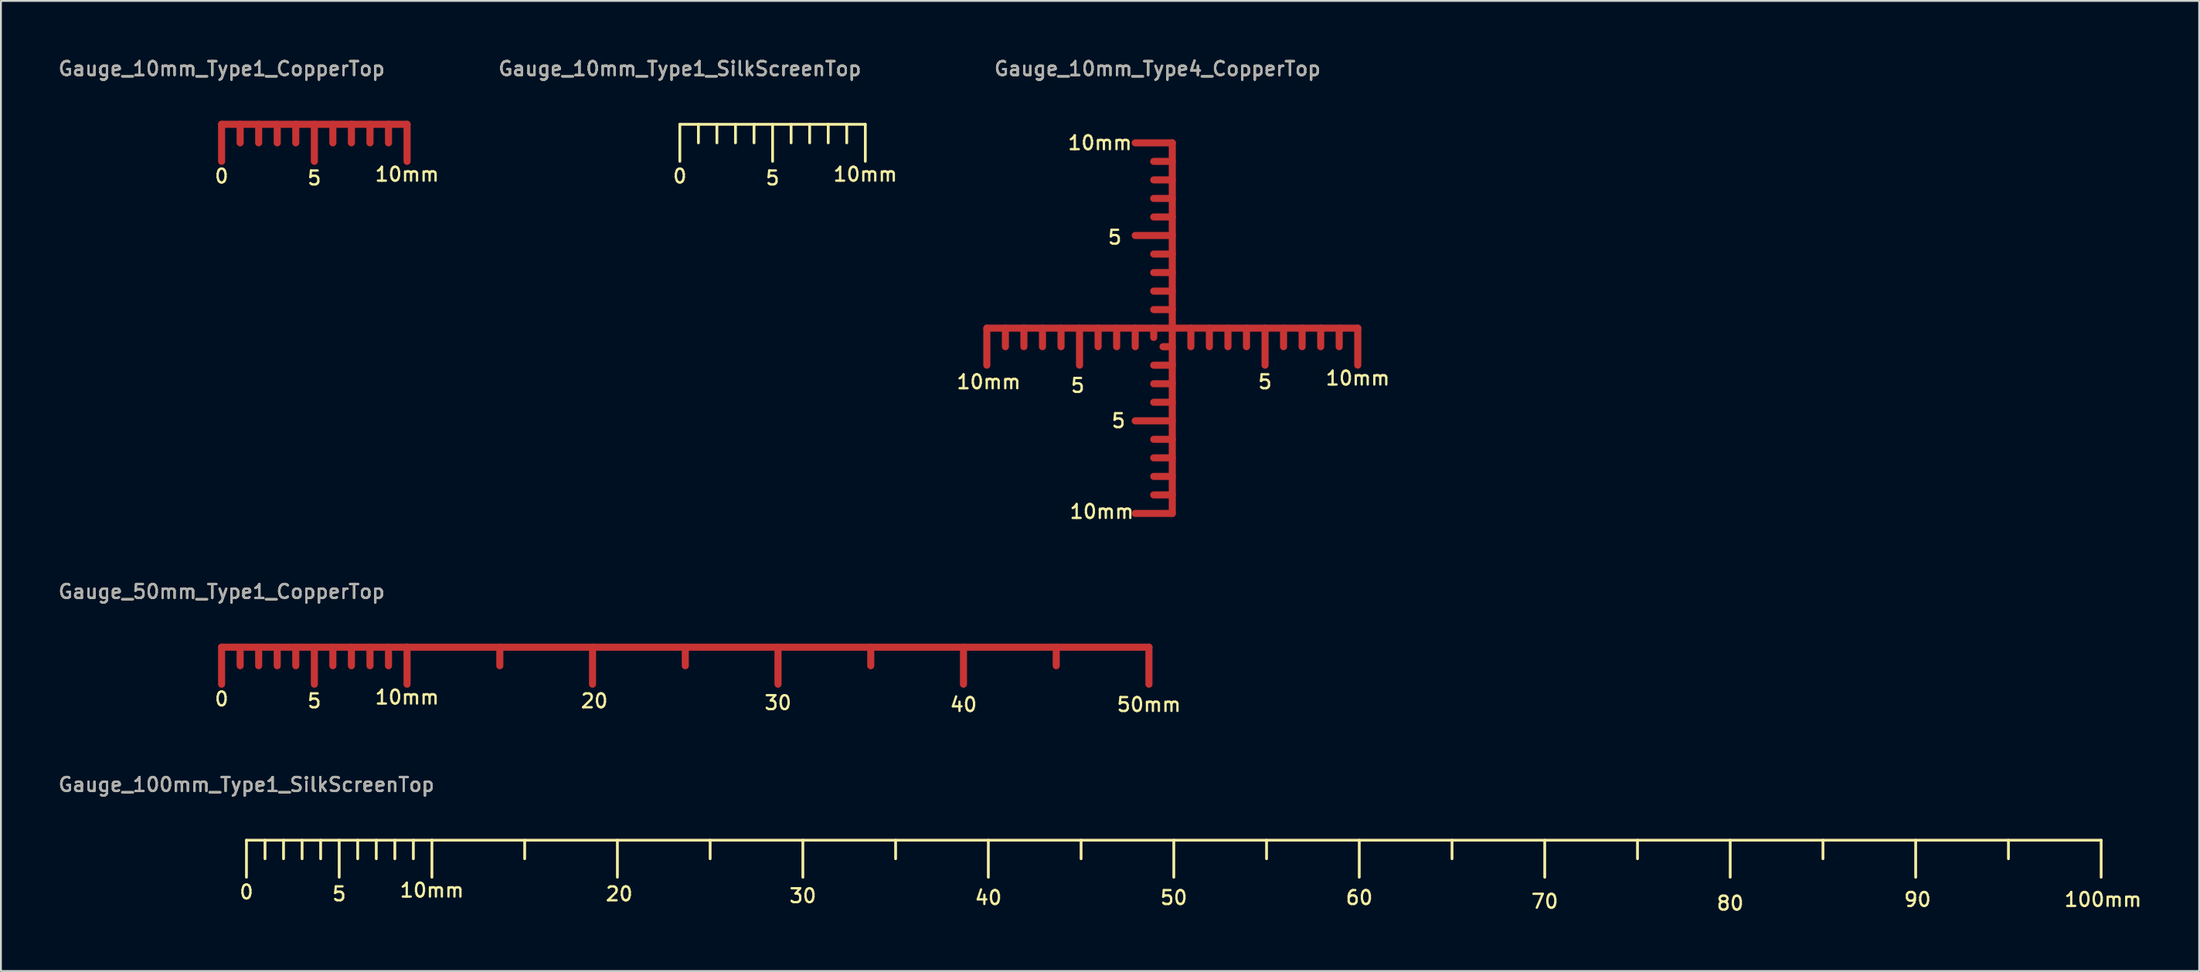
<source format=kicad_pcb>
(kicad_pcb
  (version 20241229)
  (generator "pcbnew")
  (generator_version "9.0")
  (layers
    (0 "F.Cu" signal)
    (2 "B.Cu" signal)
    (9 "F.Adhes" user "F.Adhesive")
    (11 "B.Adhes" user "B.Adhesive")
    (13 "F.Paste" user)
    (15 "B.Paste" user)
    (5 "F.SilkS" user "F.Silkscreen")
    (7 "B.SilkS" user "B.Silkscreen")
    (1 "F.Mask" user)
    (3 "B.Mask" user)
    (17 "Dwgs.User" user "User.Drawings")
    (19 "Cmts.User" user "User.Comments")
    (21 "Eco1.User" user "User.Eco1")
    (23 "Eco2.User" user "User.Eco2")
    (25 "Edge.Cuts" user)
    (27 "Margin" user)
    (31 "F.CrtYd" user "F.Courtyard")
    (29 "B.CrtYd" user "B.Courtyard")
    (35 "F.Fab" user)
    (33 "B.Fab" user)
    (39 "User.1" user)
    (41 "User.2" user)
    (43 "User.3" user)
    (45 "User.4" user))
  (footprint "Gauge_50mm_Type1_CopperTop"
    (layer "F.Cu")
    (at 8.898 31.876)
    (property "Reference" "Gauge_50mm_Type1_CopperTop" (at 0 -3 0) (layer "F.SilkS") (effects (font (size 0.75 0.75) (thickness 0.125))))
    (attr exclude_from_pos_files exclude_from_bom)
    (fp_line (start 0 0) (end 0 1.999) (stroke (width 0.381) (type solid)) (layer "F.Cu"))
    (fp_line (start 0 0) (end 10 0) (stroke (width 0.381) (type solid)) (layer "F.Cu"))
    (fp_line (start 1.001 0) (end 1.001 1.001) (stroke (width 0.381) (type solid)) (layer "F.Cu"))
    (fp_line (start 1.999 0) (end 1.999 1.001) (stroke (width 0.381) (type solid)) (layer "F.Cu"))
    (fp_line (start 3 0) (end 3 1.001) (stroke (width 0.381) (type solid)) (layer "F.Cu"))
    (fp_line (start 4 0) (end 4 1.001) (stroke (width 0.381) (type solid)) (layer "F.Cu"))
    (fp_line (start 5.001 0) (end 5.001 1.999) (stroke (width 0.381) (type solid)) (layer "F.Cu"))
    (fp_line (start 5.999 0) (end 5.999 1.001) (stroke (width 0.381) (type solid)) (layer "F.Cu"))
    (fp_line (start 7 0) (end 7 1.001) (stroke (width 0.381) (type solid)) (layer "F.Cu"))
    (fp_line (start 8.001 0) (end 8.001 1.001) (stroke (width 0.381) (type solid)) (layer "F.Cu"))
    (fp_line (start 8.999 0) (end 8.999 1.001) (stroke (width 0.381) (type solid)) (layer "F.Cu"))
    (fp_line (start 10 0) (end 10 1.999) (stroke (width 0.381) (type solid)) (layer "F.Cu"))
    (fp_line (start 10 0) (end 50 0) (stroke (width 0.381) (type solid)) (layer "F.Cu"))
    (fp_line (start 15.001 0) (end 15.001 1.001) (stroke (width 0.381) (type solid)) (layer "F.Cu"))
    (fp_line (start 20 0) (end 20 1.999) (stroke (width 0.381) (type solid)) (layer "F.Cu"))
    (fp_line (start 25.001 0) (end 25.001 1.001) (stroke (width 0.381) (type solid)) (layer "F.Cu"))
    (fp_line (start 30 0) (end 30 1.999) (stroke (width 0.381) (type solid)) (layer "F.Cu"))
    (fp_line (start 35.001 0) (end 35.001 1.001) (stroke (width 0.381) (type solid)) (layer "F.Cu"))
    (fp_line (start 40 0) (end 40 1.999) (stroke (width 0.381) (type solid)) (layer "F.Cu"))
    (fp_line (start 45.001 0) (end 45.001 1.001) (stroke (width 0.381) (type solid)) (layer "F.Cu"))
    (fp_line (start 50 0) (end 50 1.999) (stroke (width 0.381) (type solid)) (layer "F.Cu"))
    (fp_text user "5" (at 4.999 2.901 0) (layer "F.SilkS") (effects (font (size 0.75 0.75) (thickness 0.125))))
    (fp_text user "50mm" (at 50 3.101 0) (layer "F.SilkS") (effects (font (size 0.75 0.75) (thickness 0.125))))
    (fp_text user "40" (at 40 3.101 0) (layer "F.SilkS") (effects (font (size 0.75 0.75) (thickness 0.125))))
    (fp_text user "0" (at 0 2.799 0) (layer "F.SilkS") (effects (font (size 0.75 0.75) (thickness 0.125))))
    (fp_text user "30" (at 30 3 0) (layer "F.SilkS") (effects (font (size 0.75 0.75) (thickness 0.125))))
    (fp_text user "10mm" (at 10 2.7 0) (layer "F.SilkS") (effects (font (size 0.75 0.75) (thickness 0.125))))
    (fp_text user "20" (at 20.099 2.901 0) (layer "F.SilkS") (effects (font (size 0.75 0.75) (thickness 0.125))))
    (fp_text user "${REFERENCE}" (at 0 -3 0) (layer "F.Fab") (effects (font (size 0.75 0.75) (thickness 0.125)))))
  (footprint "Gauge_100mm_Type1_SilkScreenTop"
    (layer "F.Cu")
    (at 10.238 42.293)
    (property "Reference" "Gauge_100mm_Type1_SilkScreenTop" (at 0 -3 0) (layer "F.SilkS") (effects (font (size 0.75 0.75) (thickness 0.125))))
    (attr exclude_from_pos_files exclude_from_bom)
    (fp_line (start 0 0) (end 0 1.999) (stroke (width 0.15) (type solid)) (layer "F.SilkS"))
    (fp_line (start 0 0) (end 10 0) (stroke (width 0.15) (type solid)) (layer "F.SilkS"))
    (fp_line (start 1.001 0) (end 1.001 1.001) (stroke (width 0.15) (type solid)) (layer "F.SilkS"))
    (fp_line (start 1.999 0) (end 1.999 1.001) (stroke (width 0.15) (type solid)) (layer "F.SilkS"))
    (fp_line (start 3 0) (end 3 1.001) (stroke (width 0.15) (type solid)) (layer "F.SilkS"))
    (fp_line (start 4 0) (end 4 1.001) (stroke (width 0.15) (type solid)) (layer "F.SilkS"))
    (fp_line (start 5.001 0) (end 5.001 1.999) (stroke (width 0.15) (type solid)) (layer "F.SilkS"))
    (fp_line (start 5.999 0) (end 5.999 1.001) (stroke (width 0.15) (type solid)) (layer "F.SilkS"))
    (fp_line (start 7 0) (end 7 1.001) (stroke (width 0.15) (type solid)) (layer "F.SilkS"))
    (fp_line (start 8.001 0) (end 8.001 1.001) (stroke (width 0.15) (type solid)) (layer "F.SilkS"))
    (fp_line (start 8.999 0) (end 8.999 1.001) (stroke (width 0.15) (type solid)) (layer "F.SilkS"))
    (fp_line (start 10 0) (end 10 1.999) (stroke (width 0.15) (type solid)) (layer "F.SilkS"))
    (fp_line (start 10 0) (end 100 0) (stroke (width 0.15) (type solid)) (layer "F.SilkS"))
    (fp_line (start 15.001 0) (end 15.001 1.001) (stroke (width 0.15) (type solid)) (layer "F.SilkS"))
    (fp_line (start 20 0) (end 20 1.999) (stroke (width 0.15) (type solid)) (layer "F.SilkS"))
    (fp_line (start 25.001 0) (end 25.001 1.001) (stroke (width 0.15) (type solid)) (layer "F.SilkS"))
    (fp_line (start 30 0) (end 30 1.999) (stroke (width 0.15) (type solid)) (layer "F.SilkS"))
    (fp_line (start 35.001 0) (end 35.001 1.001) (stroke (width 0.15) (type solid)) (layer "F.SilkS"))
    (fp_line (start 40 0) (end 40 1.999) (stroke (width 0.15) (type solid)) (layer "F.SilkS"))
    (fp_line (start 45.001 0) (end 45.001 1.001) (stroke (width 0.15) (type solid)) (layer "F.SilkS"))
    (fp_line (start 50 0) (end 50 1.999) (stroke (width 0.15) (type solid)) (layer "F.SilkS"))
    (fp_line (start 55.001 0) (end 55.001 1.001) (stroke (width 0.15) (type solid)) (layer "F.SilkS"))
    (fp_line (start 60 0) (end 60 1.999) (stroke (width 0.15) (type solid)) (layer "F.SilkS"))
    (fp_line (start 65.001 0) (end 65.001 1.001) (stroke (width 0.15) (type solid)) (layer "F.SilkS"))
    (fp_line (start 70 0) (end 70 1.999) (stroke (width 0.15) (type solid)) (layer "F.SilkS"))
    (fp_line (start 75.001 0) (end 75.001 1.001) (stroke (width 0.15) (type solid)) (layer "F.SilkS"))
    (fp_line (start 80 0) (end 80 1.999) (stroke (width 0.15) (type solid)) (layer "F.SilkS"))
    (fp_line (start 85.001 0) (end 85.001 1.001) (stroke (width 0.15) (type solid)) (layer "F.SilkS"))
    (fp_line (start 90 0) (end 90 1.999) (stroke (width 0.15) (type solid)) (layer "F.SilkS"))
    (fp_line (start 95.001 0) (end 95.001 1.001) (stroke (width 0.15) (type solid)) (layer "F.SilkS"))
    (fp_line (start 100 0) (end 100 1.999) (stroke (width 0.15) (type solid)) (layer "F.SilkS"))
    (fp_text user "0" (at 0 2.799 0) (layer "F.SilkS") (effects (font (size 0.75 0.75) (thickness 0.125))))
    (fp_text user "60" (at 60 3.101 0) (layer "F.SilkS") (effects (font (size 0.75 0.75) (thickness 0.125))))
    (fp_text user "100mm" (at 100.101 3.203 0) (layer "F.SilkS") (effects (font (size 0.75 0.75) (thickness 0.125))))
    (fp_text user "70" (at 70 3.302 0) (layer "F.SilkS") (effects (font (size 0.75 0.75) (thickness 0.125))))
    (fp_text user "30" (at 30 3 0) (layer "F.SilkS") (effects (font (size 0.75 0.75) (thickness 0.125))))
    (fp_text user "40" (at 40 3.101 0) (layer "F.SilkS") (effects (font (size 0.75 0.75) (thickness 0.125))))
    (fp_text user "10mm" (at 10 2.7 0) (layer "F.SilkS") (effects (font (size 0.75 0.75) (thickness 0.125))))
    (fp_text user "20" (at 20.099 2.901 0) (layer "F.SilkS") (effects (font (size 0.75 0.75) (thickness 0.125))))
    (fp_text user "50" (at 50 3.101 0) (layer "F.SilkS") (effects (font (size 0.75 0.75) (thickness 0.125))))
    (fp_text user "90" (at 90.101 3.203 0) (layer "F.SilkS") (effects (font (size 0.75 0.75) (thickness 0.125))))
    (fp_text user "80" (at 80 3.401 0) (layer "F.SilkS") (effects (font (size 0.75 0.75) (thickness 0.125))))
    (fp_text user "5" (at 4.999 2.901 0) (layer "F.SilkS") (effects (font (size 0.75 0.75) (thickness 0.125))))
    (fp_text user "${REFERENCE}" (at 0 -3 0) (layer "F.Fab") (effects (font (size 0.75 0.75) (thickness 0.125)))))
  (footprint "Gauge_10mm_Type1_SilkScreenTop"
    (layer "F.Cu")
    (at 33.605 3.658)
    (property "Reference" "Gauge_10mm_Type1_SilkScreenTop" (at 0 -3 0) (layer "F.SilkS") (effects (font (size 0.75 0.75) (thickness 0.125))))
    (attr exclude_from_pos_files exclude_from_bom)
    (fp_line (start 0 0) (end 0 1.999) (stroke (width 0.15) (type solid)) (layer "F.SilkS"))
    (fp_line (start 0 0) (end 10 0) (stroke (width 0.15) (type solid)) (layer "F.SilkS"))
    (fp_line (start 1.001 0) (end 1.001 1.001) (stroke (width 0.15) (type solid)) (layer "F.SilkS"))
    (fp_line (start 1.999 0) (end 1.999 1.001) (stroke (width 0.15) (type solid)) (layer "F.SilkS"))
    (fp_line (start 3 0) (end 3 1.001) (stroke (width 0.15) (type solid)) (layer "F.SilkS"))
    (fp_line (start 4 0) (end 4 1.001) (stroke (width 0.15) (type solid)) (layer "F.SilkS"))
    (fp_line (start 5.001 0) (end 5.001 1.999) (stroke (width 0.15) (type solid)) (layer "F.SilkS"))
    (fp_line (start 5.999 0) (end 5.999 1.001) (stroke (width 0.15) (type solid)) (layer "F.SilkS"))
    (fp_line (start 7 0) (end 7 1.001) (stroke (width 0.15) (type solid)) (layer "F.SilkS"))
    (fp_line (start 8.001 0) (end 8.001 1.001) (stroke (width 0.15) (type solid)) (layer "F.SilkS"))
    (fp_line (start 8.999 0) (end 8.999 1.001) (stroke (width 0.15) (type solid)) (layer "F.SilkS"))
    (fp_line (start 10 0) (end 10 1.999) (stroke (width 0.15) (type solid)) (layer "F.SilkS"))
    (fp_text user "5" (at 4.999 2.901 0) (layer "F.SilkS") (effects (font (size 0.75 0.75) (thickness 0.125))))
    (fp_text user "10mm" (at 10 2.7 0) (layer "F.SilkS") (effects (font (size 0.75 0.75) (thickness 0.125))))
    (fp_text user "0" (at 0 2.799 0) (layer "F.SilkS") (effects (font (size 0.75 0.75) (thickness 0.125))))
    (fp_text user "${REFERENCE}" (at 0 -3 0) (layer "F.Fab") (effects (font (size 0.75 0.75) (thickness 0.125)))))
  (footprint "Gauge_10mm_Type4_CopperTop"
    (layer "F.Cu")
    (at 60.157 14.659)
    (property "Reference" "Gauge_10mm_Type4_CopperTop" (at -0.8 -14 0) (layer "F.SilkS") (effects (font (size 0.75 0.75) (thickness 0.125))))
    (attr exclude_from_pos_files exclude_from_bom)
    (fp_line (start -10 0) (end -10 1.999) (stroke (width 0.381) (type solid)) (layer "F.Cu"))
    (fp_line (start -8.999 0) (end -8.999 1.001) (stroke (width 0.381) (type solid)) (layer "F.Cu"))
    (fp_line (start -8.001 0) (end -8.001 1.001) (stroke (width 0.381) (type solid)) (layer "F.Cu"))
    (fp_line (start -7 0) (end -7 1.001) (stroke (width 0.381) (type solid)) (layer "F.Cu"))
    (fp_line (start -5.999 0) (end -5.999 1.001) (stroke (width 0.381) (type solid)) (layer "F.Cu"))
    (fp_line (start -5.001 0) (end -5.001 1.999) (stroke (width 0.381) (type solid)) (layer "F.Cu"))
    (fp_line (start -4 0) (end -4 1.001) (stroke (width 0.381) (type solid)) (layer "F.Cu"))
    (fp_line (start -3 0) (end -3 1.001) (stroke (width 0.381) (type solid)) (layer "F.Cu"))
    (fp_line (start -1.999 0) (end -1.999 1.001) (stroke (width 0.381) (type solid)) (layer "F.Cu"))
    (fp_line (start -1.001 0) (end -1.001 0.5) (stroke (width 0.381) (type solid)) (layer "F.Cu"))
    (fp_line (start 0 -10) (end -1.999 -10) (stroke (width 0.381) (type solid)) (layer "F.Cu"))
    (fp_line (start 0 -8.999) (end -1.001 -8.999) (stroke (width 0.381) (type solid)) (layer "F.Cu"))
    (fp_line (start 0 -8.001) (end -1.001 -8.001) (stroke (width 0.381) (type solid)) (layer "F.Cu"))
    (fp_line (start 0 -7) (end -1.001 -7) (stroke (width 0.381) (type solid)) (layer "F.Cu"))
    (fp_line (start 0 -5.999) (end -1.001 -5.999) (stroke (width 0.381) (type solid)) (layer "F.Cu"))
    (fp_line (start 0 -5.001) (end -1.999 -5.001) (stroke (width 0.381) (type solid)) (layer "F.Cu"))
    (fp_line (start 0 -4) (end -1.001 -4) (stroke (width 0.381) (type solid)) (layer "F.Cu"))
    (fp_line (start 0 -3) (end -1.001 -3) (stroke (width 0.381) (type solid)) (layer "F.Cu"))
    (fp_line (start 0 -1.999) (end -1.001 -1.999) (stroke (width 0.381) (type solid)) (layer "F.Cu"))
    (fp_line (start 0 -1.001) (end -1.001 -1.001) (stroke (width 0.381) (type solid)) (layer "F.Cu"))
    (fp_line (start 0 0) (end -10 0) (stroke (width 0.381) (type solid)) (layer "F.Cu"))
    (fp_line (start 0 0) (end 0 -10) (stroke (width 0.381) (type solid)) (layer "F.Cu"))
    (fp_line (start 0 0) (end 0 1.999) (stroke (width 0.381) (type solid)) (layer "F.Cu"))
    (fp_line (start 0 0) (end 10 0) (stroke (width 0.381) (type solid)) (layer "F.Cu"))
    (fp_line (start 0 1.001) (end -0.5 1.001) (stroke (width 0.381) (type solid)) (layer "F.Cu"))
    (fp_line (start 0 1.999) (end -1.001 1.999) (stroke (width 0.381) (type solid)) (layer "F.Cu"))
    (fp_line (start 0 1.999) (end 0 10) (stroke (width 0.381) (type solid)) (layer "F.Cu"))
    (fp_line (start 0 3) (end -1.001 3) (stroke (width 0.381) (type solid)) (layer "F.Cu"))
    (fp_line (start 0 4) (end -1.001 4) (stroke (width 0.381) (type solid)) (layer "F.Cu"))
    (fp_line (start 0 5.001) (end -1.999 5.001) (stroke (width 0.381) (type solid)) (layer "F.Cu"))
    (fp_line (start 0 5.999) (end -1.001 5.999) (stroke (width 0.381) (type solid)) (layer "F.Cu"))
    (fp_line (start 0 7) (end -1.001 7) (stroke (width 0.381) (type solid)) (layer "F.Cu"))
    (fp_line (start 0 8.001) (end -1.001 8.001) (stroke (width 0.381) (type solid)) (layer "F.Cu"))
    (fp_line (start 0 8.999) (end -1.001 8.999) (stroke (width 0.381) (type solid)) (layer "F.Cu"))
    (fp_line (start 0 10) (end -1.999 10) (stroke (width 0.381) (type solid)) (layer "F.Cu"))
    (fp_line (start 1.001 0) (end 1.001 1.001) (stroke (width 0.381) (type solid)) (layer "F.Cu"))
    (fp_line (start 1.999 0) (end 1.999 1.001) (stroke (width 0.381) (type solid)) (layer "F.Cu"))
    (fp_line (start 3 0) (end 3 1.001) (stroke (width 0.381) (type solid)) (layer "F.Cu"))
    (fp_line (start 4 0) (end 4 1.001) (stroke (width 0.381) (type solid)) (layer "F.Cu"))
    (fp_line (start 5.001 0) (end 5.001 1.999) (stroke (width 0.381) (type solid)) (layer "F.Cu"))
    (fp_line (start 5.999 0) (end 5.999 1.001) (stroke (width 0.381) (type solid)) (layer "F.Cu"))
    (fp_line (start 7 0) (end 7 1.001) (stroke (width 0.381) (type solid)) (layer "F.Cu"))
    (fp_line (start 8.001 0) (end 8.001 1.001) (stroke (width 0.381) (type solid)) (layer "F.Cu"))
    (fp_line (start 8.999 0) (end 8.999 1.001) (stroke (width 0.381) (type solid)) (layer "F.Cu"))
    (fp_line (start 10 0) (end 10 1.999) (stroke (width 0.381) (type solid)) (layer "F.Cu"))
    (fp_text user "5" (at -3.101 -4.9 0) (layer "F.SilkS") (effects (font (size 0.75 0.75) (thickness 0.125))))
    (fp_text user "10mm" (at -9.898 2.901 0) (layer "F.SilkS") (effects (font (size 0.75 0.75) (thickness 0.125))))
    (fp_text user "5" (at -2.901 4.999 0) (layer "F.SilkS") (effects (font (size 0.75 0.75) (thickness 0.125))))
    (fp_text user "5" (at 4.999 2.901 0) (layer "F.SilkS") (effects (font (size 0.75 0.75) (thickness 0.125))))
    (fp_text user "10mm" (at 10 2.7 0) (layer "F.SilkS") (effects (font (size 0.75 0.75) (thickness 0.125))))
    (fp_text user "10mm" (at -3.8 9.901 0) (layer "F.SilkS") (effects (font (size 0.75 0.75) (thickness 0.125))))
    (fp_text user "5" (at -5.1 3.099 0) (layer "F.SilkS") (effects (font (size 0.75 0.75) (thickness 0.125))))
    (fp_text user "10mm" (at -3.901 -10 0) (layer "F.SilkS") (effects (font (size 0.75 0.75) (thickness 0.125))))
    (fp_text user "${REFERENCE}" (at -0.8 -14 0) (layer "F.Fab") (effects (font (size 0.75 0.75) (thickness 0.125)))))
  (footprint "Gauge_10mm_Type1_CopperTop"
    (layer "F.Cu")
    (at 8.898 3.658)
    (property "Reference" "Gauge_10mm_Type1_CopperTop" (at 0 -3 0) (layer "F.SilkS") (effects (font (size 0.75 0.75) (thickness 0.125))))
    (attr exclude_from_pos_files exclude_from_bom)
    (fp_line (start 0 0) (end 0 1.999) (stroke (width 0.381) (type solid)) (layer "F.Cu"))
    (fp_line (start 0 0) (end 10 0) (stroke (width 0.381) (type solid)) (layer "F.Cu"))
    (fp_line (start 1.001 0) (end 1.001 1.001) (stroke (width 0.381) (type solid)) (layer "F.Cu"))
    (fp_line (start 1.999 0) (end 1.999 1.001) (stroke (width 0.381) (type solid)) (layer "F.Cu"))
    (fp_line (start 3 0) (end 3 1.001) (stroke (width 0.381) (type solid)) (layer "F.Cu"))
    (fp_line (start 4 0) (end 4 1.001) (stroke (width 0.381) (type solid)) (layer "F.Cu"))
    (fp_line (start 5.001 0) (end 5.001 1.999) (stroke (width 0.381) (type solid)) (layer "F.Cu"))
    (fp_line (start 5.999 0) (end 5.999 1.001) (stroke (width 0.381) (type solid)) (layer "F.Cu"))
    (fp_line (start 7 0) (end 7 1.001) (stroke (width 0.381) (type solid)) (layer "F.Cu"))
    (fp_line (start 8.001 0) (end 8.001 1.001) (stroke (width 0.381) (type solid)) (layer "F.Cu"))
    (fp_line (start 8.999 0) (end 8.999 1.001) (stroke (width 0.381) (type solid)) (layer "F.Cu"))
    (fp_line (start 10 0) (end 10 1.999) (stroke (width 0.381) (type solid)) (layer "F.Cu"))
    (fp_text user "5" (at 4.999 2.901 0) (layer "F.SilkS") (effects (font (size 0.75 0.75) (thickness 0.125))))
    (fp_text user "0" (at 0 2.799 0) (layer "F.SilkS") (effects (font (size 0.75 0.75) (thickness 0.125))))
    (fp_text user "10mm" (at 10 2.7 0) (layer "F.SilkS") (effects (font (size 0.75 0.75) (thickness 0.125))))
    (fp_text user "${REFERENCE}" (at 0 -3 0) (layer "F.Fab") (effects (font (size 0.75 0.75) (thickness 0.125)))))
  (gr_rect
    (start -3 -3)
    (end 115.523 49.352)
    (stroke (width 0.1) (type default))
    (fill no)
    (layer "Edge.Cuts")))
</source>
